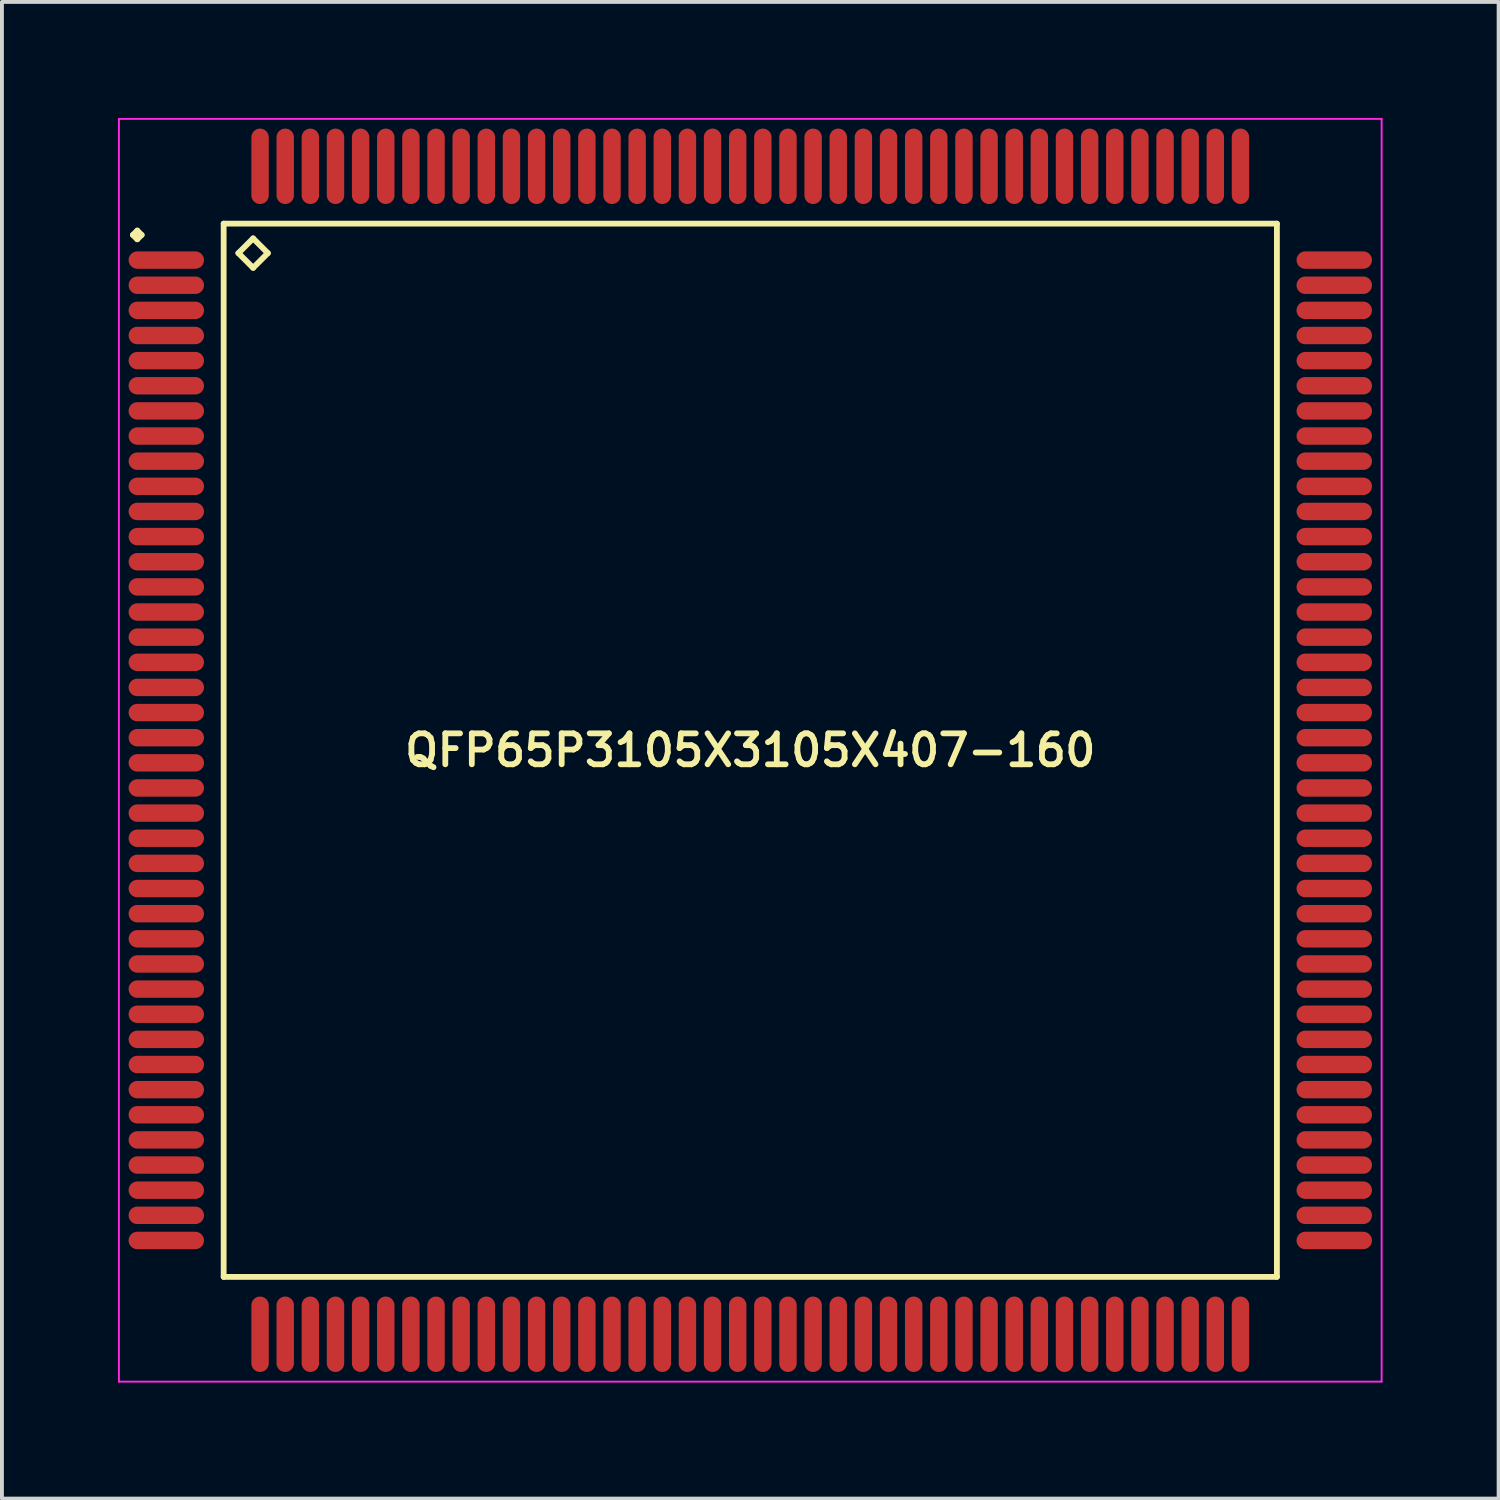
<source format=kicad_pcb>
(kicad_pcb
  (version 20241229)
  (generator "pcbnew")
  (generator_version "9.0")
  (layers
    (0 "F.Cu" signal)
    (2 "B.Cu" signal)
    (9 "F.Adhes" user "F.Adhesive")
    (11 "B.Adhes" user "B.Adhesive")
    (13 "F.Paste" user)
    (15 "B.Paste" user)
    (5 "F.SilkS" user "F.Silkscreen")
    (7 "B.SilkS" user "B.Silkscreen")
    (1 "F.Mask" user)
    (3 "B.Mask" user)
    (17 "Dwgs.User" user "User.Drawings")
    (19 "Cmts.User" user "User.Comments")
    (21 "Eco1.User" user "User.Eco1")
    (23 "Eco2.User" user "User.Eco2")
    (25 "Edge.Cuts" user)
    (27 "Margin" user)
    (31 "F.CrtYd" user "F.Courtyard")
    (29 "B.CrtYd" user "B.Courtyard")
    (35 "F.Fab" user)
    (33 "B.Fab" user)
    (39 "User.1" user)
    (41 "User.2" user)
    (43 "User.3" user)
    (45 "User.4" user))
  (footprint "QFP65P3105X3105X407-160"
    (layer "F.Cu")
    (at 16.35 16.35)
    (property "Reference" "QFP65P3105X3105X407-160" (at 0 0 0) (layer "F.SilkS") (effects (font (size 0.8 0.8) (thickness 0.15))))
    (attr smd)
    (fp_line (start -15.963 -13.325) (end -15.85 -13.438) (stroke (width 0.15) (type solid)) (layer "F.SilkS"))
    (fp_line (start -15.85 -13.438) (end -15.738 -13.325) (stroke (width 0.15) (type solid)) (layer "F.SilkS"))
    (fp_line (start -15.85 -13.213) (end -15.963 -13.325) (stroke (width 0.15) (type solid)) (layer "F.SilkS"))
    (fp_line (start -15.738 -13.325) (end -15.85 -13.213) (stroke (width 0.15) (type solid)) (layer "F.SilkS"))
    (fp_line (start -13.617 -13.617) (end -13.617 13.617) (stroke (width 0.15) (type solid)) (layer "F.SilkS"))
    (fp_line (start -13.617 13.617) (end 13.617 13.617) (stroke (width 0.15) (type solid)) (layer "F.SilkS"))
    (fp_line (start -13.236 -12.855) (end -12.855 -13.236) (stroke (width 0.15) (type solid)) (layer "F.SilkS"))
    (fp_line (start -12.855 -13.236) (end -12.474 -12.855) (stroke (width 0.15) (type solid)) (layer "F.SilkS"))
    (fp_line (start -12.855 -12.474) (end -13.236 -12.855) (stroke (width 0.15) (type solid)) (layer "F.SilkS"))
    (fp_line (start -12.474 -12.855) (end -12.855 -12.474) (stroke (width 0.15) (type solid)) (layer "F.SilkS"))
    (fp_line (start 13.617 -13.617) (end -13.617 -13.617) (stroke (width 0.15) (type solid)) (layer "F.SilkS"))
    (fp_line (start 13.617 13.617) (end 13.617 -13.617) (stroke (width 0.15) (type solid)) (layer "F.SilkS"))
    (fp_line (start -16.325 -16.325) (end 16.325 -16.325) (stroke (width 0.05) (type solid)) (layer "F.CrtYd"))
    (fp_line (start -16.325 16.325) (end -16.325 -16.325) (stroke (width 0.05) (type solid)) (layer "F.CrtYd"))
    (fp_line (start 16.325 -16.325) (end 16.325 16.325) (stroke (width 0.05) (type solid)) (layer "F.CrtYd"))
    (fp_line (start 16.325 16.325) (end -16.325 16.325) (stroke (width 0.05) (type solid)) (layer "F.CrtYd"))
    (pad "1" smd oval (at -15.1 -12.675) (size 1.95 0.45) (layers "F.Cu" "F.Mask" "F.Paste"))
    (pad "2" smd oval (at -15.1 -12.025) (size 1.95 0.45) (layers "F.Cu" "F.Mask" "F.Paste"))
    (pad "3" smd oval (at -15.1 -11.375) (size 1.95 0.45) (layers "F.Cu" "F.Mask" "F.Paste"))
    (pad "4" smd oval (at -15.1 -10.725) (size 1.95 0.45) (layers "F.Cu" "F.Mask" "F.Paste"))
    (pad "5" smd oval (at -15.1 -10.075) (size 1.95 0.45) (layers "F.Cu" "F.Mask" "F.Paste"))
    (pad "6" smd oval (at -15.1 -9.425) (size 1.95 0.45) (layers "F.Cu" "F.Mask" "F.Paste"))
    (pad "7" smd oval (at -15.1 -8.775) (size 1.95 0.45) (layers "F.Cu" "F.Mask" "F.Paste"))
    (pad "8" smd oval (at -15.1 -8.125) (size 1.95 0.45) (layers "F.Cu" "F.Mask" "F.Paste"))
    (pad "9" smd oval (at -15.1 -7.475) (size 1.95 0.45) (layers "F.Cu" "F.Mask" "F.Paste"))
    (pad "10" smd oval (at -15.1 -6.825) (size 1.95 0.45) (layers "F.Cu" "F.Mask" "F.Paste"))
    (pad "11" smd oval (at -15.1 -6.175) (size 1.95 0.45) (layers "F.Cu" "F.Mask" "F.Paste"))
    (pad "12" smd oval (at -15.1 -5.525) (size 1.95 0.45) (layers "F.Cu" "F.Mask" "F.Paste"))
    (pad "13" smd oval (at -15.1 -4.875) (size 1.95 0.45) (layers "F.Cu" "F.Mask" "F.Paste"))
    (pad "14" smd oval (at -15.1 -4.225) (size 1.95 0.45) (layers "F.Cu" "F.Mask" "F.Paste"))
    (pad "15" smd oval (at -15.1 -3.575) (size 1.95 0.45) (layers "F.Cu" "F.Mask" "F.Paste"))
    (pad "16" smd oval (at -15.1 -2.925) (size 1.95 0.45) (layers "F.Cu" "F.Mask" "F.Paste"))
    (pad "17" smd oval (at -15.1 -2.275) (size 1.95 0.45) (layers "F.Cu" "F.Mask" "F.Paste"))
    (pad "18" smd oval (at -15.1 -1.625) (size 1.95 0.45) (layers "F.Cu" "F.Mask" "F.Paste"))
    (pad "19" smd oval (at -15.1 -0.975) (size 1.95 0.45) (layers "F.Cu" "F.Mask" "F.Paste"))
    (pad "20" smd oval (at -15.1 -0.325) (size 1.95 0.45) (layers "F.Cu" "F.Mask" "F.Paste"))
    (pad "21" smd oval (at -15.1 0.325) (size 1.95 0.45) (layers "F.Cu" "F.Mask" "F.Paste"))
    (pad "22" smd oval (at -15.1 0.975) (size 1.95 0.45) (layers "F.Cu" "F.Mask" "F.Paste"))
    (pad "23" smd oval (at -15.1 1.625) (size 1.95 0.45) (layers "F.Cu" "F.Mask" "F.Paste"))
    (pad "24" smd oval (at -15.1 2.275) (size 1.95 0.45) (layers "F.Cu" "F.Mask" "F.Paste"))
    (pad "25" smd oval (at -15.1 2.925) (size 1.95 0.45) (layers "F.Cu" "F.Mask" "F.Paste"))
    (pad "26" smd oval (at -15.1 3.575) (size 1.95 0.45) (layers "F.Cu" "F.Mask" "F.Paste"))
    (pad "27" smd oval (at -15.1 4.225) (size 1.95 0.45) (layers "F.Cu" "F.Mask" "F.Paste"))
    (pad "28" smd oval (at -15.1 4.875) (size 1.95 0.45) (layers "F.Cu" "F.Mask" "F.Paste"))
    (pad "29" smd oval (at -15.1 5.525) (size 1.95 0.45) (layers "F.Cu" "F.Mask" "F.Paste"))
    (pad "30" smd oval (at -15.1 6.175) (size 1.95 0.45) (layers "F.Cu" "F.Mask" "F.Paste"))
    (pad "31" smd oval (at -15.1 6.825) (size 1.95 0.45) (layers "F.Cu" "F.Mask" "F.Paste"))
    (pad "32" smd oval (at -15.1 7.475) (size 1.95 0.45) (layers "F.Cu" "F.Mask" "F.Paste"))
    (pad "33" smd oval (at -15.1 8.125) (size 1.95 0.45) (layers "F.Cu" "F.Mask" "F.Paste"))
    (pad "34" smd oval (at -15.1 8.775) (size 1.95 0.45) (layers "F.Cu" "F.Mask" "F.Paste"))
    (pad "35" smd oval (at -15.1 9.425) (size 1.95 0.45) (layers "F.Cu" "F.Mask" "F.Paste"))
    (pad "36" smd oval (at -15.1 10.075) (size 1.95 0.45) (layers "F.Cu" "F.Mask" "F.Paste"))
    (pad "37" smd oval (at -15.1 10.725) (size 1.95 0.45) (layers "F.Cu" "F.Mask" "F.Paste"))
    (pad "38" smd oval (at -15.1 11.375) (size 1.95 0.45) (layers "F.Cu" "F.Mask" "F.Paste"))
    (pad "39" smd oval (at -15.1 12.025) (size 1.95 0.45) (layers "F.Cu" "F.Mask" "F.Paste"))
    (pad "40" smd oval (at -15.1 12.675) (size 1.95 0.45) (layers "F.Cu" "F.Mask" "F.Paste"))
    (pad "41" smd oval (at -12.675 15.1) (size 0.45 1.95) (layers "F.Cu" "F.Mask" "F.Paste"))
    (pad "42" smd oval (at -12.025 15.1) (size 0.45 1.95) (layers "F.Cu" "F.Mask" "F.Paste"))
    (pad "43" smd oval (at -11.375 15.1) (size 0.45 1.95) (layers "F.Cu" "F.Mask" "F.Paste"))
    (pad "44" smd oval (at -10.725 15.1) (size 0.45 1.95) (layers "F.Cu" "F.Mask" "F.Paste"))
    (pad "45" smd oval (at -10.075 15.1) (size 0.45 1.95) (layers "F.Cu" "F.Mask" "F.Paste"))
    (pad "46" smd oval (at -9.425 15.1) (size 0.45 1.95) (layers "F.Cu" "F.Mask" "F.Paste"))
    (pad "47" smd oval (at -8.775 15.1) (size 0.45 1.95) (layers "F.Cu" "F.Mask" "F.Paste"))
    (pad "48" smd oval (at -8.125 15.1) (size 0.45 1.95) (layers "F.Cu" "F.Mask" "F.Paste"))
    (pad "49" smd oval (at -7.475 15.1) (size 0.45 1.95) (layers "F.Cu" "F.Mask" "F.Paste"))
    (pad "50" smd oval (at -6.825 15.1) (size 0.45 1.95) (layers "F.Cu" "F.Mask" "F.Paste"))
    (pad "51" smd oval (at -6.175 15.1) (size 0.45 1.95) (layers "F.Cu" "F.Mask" "F.Paste"))
    (pad "52" smd oval (at -5.525 15.1) (size 0.45 1.95) (layers "F.Cu" "F.Mask" "F.Paste"))
    (pad "53" smd oval (at -4.875 15.1) (size 0.45 1.95) (layers "F.Cu" "F.Mask" "F.Paste"))
    (pad "54" smd oval (at -4.225 15.1) (size 0.45 1.95) (layers "F.Cu" "F.Mask" "F.Paste"))
    (pad "55" smd oval (at -3.575 15.1) (size 0.45 1.95) (layers "F.Cu" "F.Mask" "F.Paste"))
    (pad "56" smd oval (at -2.925 15.1) (size 0.45 1.95) (layers "F.Cu" "F.Mask" "F.Paste"))
    (pad "57" smd oval (at -2.275 15.1) (size 0.45 1.95) (layers "F.Cu" "F.Mask" "F.Paste"))
    (pad "58" smd oval (at -1.625 15.1) (size 0.45 1.95) (layers "F.Cu" "F.Mask" "F.Paste"))
    (pad "59" smd oval (at -0.975 15.1) (size 0.45 1.95) (layers "F.Cu" "F.Mask" "F.Paste"))
    (pad "60" smd oval (at -0.325 15.1) (size 0.45 1.95) (layers "F.Cu" "F.Mask" "F.Paste"))
    (pad "61" smd oval (at 0.325 15.1) (size 0.45 1.95) (layers "F.Cu" "F.Mask" "F.Paste"))
    (pad "62" smd oval (at 0.975 15.1) (size 0.45 1.95) (layers "F.Cu" "F.Mask" "F.Paste"))
    (pad "63" smd oval (at 1.625 15.1) (size 0.45 1.95) (layers "F.Cu" "F.Mask" "F.Paste"))
    (pad "64" smd oval (at 2.275 15.1) (size 0.45 1.95) (layers "F.Cu" "F.Mask" "F.Paste"))
    (pad "65" smd oval (at 2.925 15.1) (size 0.45 1.95) (layers "F.Cu" "F.Mask" "F.Paste"))
    (pad "66" smd oval (at 3.575 15.1) (size 0.45 1.95) (layers "F.Cu" "F.Mask" "F.Paste"))
    (pad "67" smd oval (at 4.225 15.1) (size 0.45 1.95) (layers "F.Cu" "F.Mask" "F.Paste"))
    (pad "68" smd oval (at 4.875 15.1) (size 0.45 1.95) (layers "F.Cu" "F.Mask" "F.Paste"))
    (pad "69" smd oval (at 5.525 15.1) (size 0.45 1.95) (layers "F.Cu" "F.Mask" "F.Paste"))
    (pad "70" smd oval (at 6.175 15.1) (size 0.45 1.95) (layers "F.Cu" "F.Mask" "F.Paste"))
    (pad "71" smd oval (at 6.825 15.1) (size 0.45 1.95) (layers "F.Cu" "F.Mask" "F.Paste"))
    (pad "72" smd oval (at 7.475 15.1) (size 0.45 1.95) (layers "F.Cu" "F.Mask" "F.Paste"))
    (pad "73" smd oval (at 8.125 15.1) (size 0.45 1.95) (layers "F.Cu" "F.Mask" "F.Paste"))
    (pad "74" smd oval (at 8.775 15.1) (size 0.45 1.95) (layers "F.Cu" "F.Mask" "F.Paste"))
    (pad "75" smd oval (at 9.425 15.1) (size 0.45 1.95) (layers "F.Cu" "F.Mask" "F.Paste"))
    (pad "76" smd oval (at 10.075 15.1) (size 0.45 1.95) (layers "F.Cu" "F.Mask" "F.Paste"))
    (pad "77" smd oval (at 10.725 15.1) (size 0.45 1.95) (layers "F.Cu" "F.Mask" "F.Paste"))
    (pad "78" smd oval (at 11.375 15.1) (size 0.45 1.95) (layers "F.Cu" "F.Mask" "F.Paste"))
    (pad "79" smd oval (at 12.025 15.1) (size 0.45 1.95) (layers "F.Cu" "F.Mask" "F.Paste"))
    (pad "80" smd oval (at 12.675 15.1) (size 0.45 1.95) (layers "F.Cu" "F.Mask" "F.Paste"))
    (pad "81" smd oval (at 15.1 12.675) (size 1.95 0.45) (layers "F.Cu" "F.Mask" "F.Paste"))
    (pad "82" smd oval (at 15.1 12.025) (size 1.95 0.45) (layers "F.Cu" "F.Mask" "F.Paste"))
    (pad "83" smd oval (at 15.1 11.375) (size 1.95 0.45) (layers "F.Cu" "F.Mask" "F.Paste"))
    (pad "84" smd oval (at 15.1 10.725) (size 1.95 0.45) (layers "F.Cu" "F.Mask" "F.Paste"))
    (pad "85" smd oval (at 15.1 10.075) (size 1.95 0.45) (layers "F.Cu" "F.Mask" "F.Paste"))
    (pad "86" smd oval (at 15.1 9.425) (size 1.95 0.45) (layers "F.Cu" "F.Mask" "F.Paste"))
    (pad "87" smd oval (at 15.1 8.775) (size 1.95 0.45) (layers "F.Cu" "F.Mask" "F.Paste"))
    (pad "88" smd oval (at 15.1 8.125) (size 1.95 0.45) (layers "F.Cu" "F.Mask" "F.Paste"))
    (pad "89" smd oval (at 15.1 7.475) (size 1.95 0.45) (layers "F.Cu" "F.Mask" "F.Paste"))
    (pad "90" smd oval (at 15.1 6.825) (size 1.95 0.45) (layers "F.Cu" "F.Mask" "F.Paste"))
    (pad "91" smd oval (at 15.1 6.175) (size 1.95 0.45) (layers "F.Cu" "F.Mask" "F.Paste"))
    (pad "92" smd oval (at 15.1 5.525) (size 1.95 0.45) (layers "F.Cu" "F.Mask" "F.Paste"))
    (pad "93" smd oval (at 15.1 4.875) (size 1.95 0.45) (layers "F.Cu" "F.Mask" "F.Paste"))
    (pad "94" smd oval (at 15.1 4.225) (size 1.95 0.45) (layers "F.Cu" "F.Mask" "F.Paste"))
    (pad "95" smd oval (at 15.1 3.575) (size 1.95 0.45) (layers "F.Cu" "F.Mask" "F.Paste"))
    (pad "96" smd oval (at 15.1 2.925) (size 1.95 0.45) (layers "F.Cu" "F.Mask" "F.Paste"))
    (pad "97" smd oval (at 15.1 2.275) (size 1.95 0.45) (layers "F.Cu" "F.Mask" "F.Paste"))
    (pad "98" smd oval (at 15.1 1.625) (size 1.95 0.45) (layers "F.Cu" "F.Mask" "F.Paste"))
    (pad "99" smd oval (at 15.1 0.975) (size 1.95 0.45) (layers "F.Cu" "F.Mask" "F.Paste"))
    (pad "100" smd oval (at 15.1 0.325) (size 1.95 0.45) (layers "F.Cu" "F.Mask" "F.Paste"))
    (pad "101" smd oval (at 15.1 -0.325) (size 1.95 0.45) (layers "F.Cu" "F.Mask" "F.Paste"))
    (pad "102" smd oval (at 15.1 -0.975) (size 1.95 0.45) (layers "F.Cu" "F.Mask" "F.Paste"))
    (pad "103" smd oval (at 15.1 -1.625) (size 1.95 0.45) (layers "F.Cu" "F.Mask" "F.Paste"))
    (pad "104" smd oval (at 15.1 -2.275) (size 1.95 0.45) (layers "F.Cu" "F.Mask" "F.Paste"))
    (pad "105" smd oval (at 15.1 -2.925) (size 1.95 0.45) (layers "F.Cu" "F.Mask" "F.Paste"))
    (pad "106" smd oval (at 15.1 -3.575) (size 1.95 0.45) (layers "F.Cu" "F.Mask" "F.Paste"))
    (pad "107" smd oval (at 15.1 -4.225) (size 1.95 0.45) (layers "F.Cu" "F.Mask" "F.Paste"))
    (pad "108" smd oval (at 15.1 -4.875) (size 1.95 0.45) (layers "F.Cu" "F.Mask" "F.Paste"))
    (pad "109" smd oval (at 15.1 -5.525) (size 1.95 0.45) (layers "F.Cu" "F.Mask" "F.Paste"))
    (pad "110" smd oval (at 15.1 -6.175) (size 1.95 0.45) (layers "F.Cu" "F.Mask" "F.Paste"))
    (pad "111" smd oval (at 15.1 -6.825) (size 1.95 0.45) (layers "F.Cu" "F.Mask" "F.Paste"))
    (pad "112" smd oval (at 15.1 -7.475) (size 1.95 0.45) (layers "F.Cu" "F.Mask" "F.Paste"))
    (pad "113" smd oval (at 15.1 -8.125) (size 1.95 0.45) (layers "F.Cu" "F.Mask" "F.Paste"))
    (pad "114" smd oval (at 15.1 -8.775) (size 1.95 0.45) (layers "F.Cu" "F.Mask" "F.Paste"))
    (pad "115" smd oval (at 15.1 -9.425) (size 1.95 0.45) (layers "F.Cu" "F.Mask" "F.Paste"))
    (pad "116" smd oval (at 15.1 -10.075) (size 1.95 0.45) (layers "F.Cu" "F.Mask" "F.Paste"))
    (pad "117" smd oval (at 15.1 -10.725) (size 1.95 0.45) (layers "F.Cu" "F.Mask" "F.Paste"))
    (pad "118" smd oval (at 15.1 -11.375) (size 1.95 0.45) (layers "F.Cu" "F.Mask" "F.Paste"))
    (pad "119" smd oval (at 15.1 -12.025) (size 1.95 0.45) (layers "F.Cu" "F.Mask" "F.Paste"))
    (pad "120" smd oval (at 15.1 -12.675) (size 1.95 0.45) (layers "F.Cu" "F.Mask" "F.Paste"))
    (pad "121" smd oval (at 12.675 -15.1) (size 0.45 1.95) (layers "F.Cu" "F.Mask" "F.Paste"))
    (pad "122" smd oval (at 12.025 -15.1) (size 0.45 1.95) (layers "F.Cu" "F.Mask" "F.Paste"))
    (pad "123" smd oval (at 11.375 -15.1) (size 0.45 1.95) (layers "F.Cu" "F.Mask" "F.Paste"))
    (pad "124" smd oval (at 10.725 -15.1) (size 0.45 1.95) (layers "F.Cu" "F.Mask" "F.Paste"))
    (pad "125" smd oval (at 10.075 -15.1) (size 0.45 1.95) (layers "F.Cu" "F.Mask" "F.Paste"))
    (pad "126" smd oval (at 9.425 -15.1) (size 0.45 1.95) (layers "F.Cu" "F.Mask" "F.Paste"))
    (pad "127" smd oval (at 8.775 -15.1) (size 0.45 1.95) (layers "F.Cu" "F.Mask" "F.Paste"))
    (pad "128" smd oval (at 8.125 -15.1) (size 0.45 1.95) (layers "F.Cu" "F.Mask" "F.Paste"))
    (pad "129" smd oval (at 7.475 -15.1) (size 0.45 1.95) (layers "F.Cu" "F.Mask" "F.Paste"))
    (pad "130" smd oval (at 6.825 -15.1) (size 0.45 1.95) (layers "F.Cu" "F.Mask" "F.Paste"))
    (pad "131" smd oval (at 6.175 -15.1) (size 0.45 1.95) (layers "F.Cu" "F.Mask" "F.Paste"))
    (pad "132" smd oval (at 5.525 -15.1) (size 0.45 1.95) (layers "F.Cu" "F.Mask" "F.Paste"))
    (pad "133" smd oval (at 4.875 -15.1) (size 0.45 1.95) (layers "F.Cu" "F.Mask" "F.Paste"))
    (pad "134" smd oval (at 4.225 -15.1) (size 0.45 1.95) (layers "F.Cu" "F.Mask" "F.Paste"))
    (pad "135" smd oval (at 3.575 -15.1) (size 0.45 1.95) (layers "F.Cu" "F.Mask" "F.Paste"))
    (pad "136" smd oval (at 2.925 -15.1) (size 0.45 1.95) (layers "F.Cu" "F.Mask" "F.Paste"))
    (pad "137" smd oval (at 2.275 -15.1) (size 0.45 1.95) (layers "F.Cu" "F.Mask" "F.Paste"))
    (pad "138" smd oval (at 1.625 -15.1) (size 0.45 1.95) (layers "F.Cu" "F.Mask" "F.Paste"))
    (pad "139" smd oval (at 0.975 -15.1) (size 0.45 1.95) (layers "F.Cu" "F.Mask" "F.Paste"))
    (pad "140" smd oval (at 0.325 -15.1) (size 0.45 1.95) (layers "F.Cu" "F.Mask" "F.Paste"))
    (pad "141" smd oval (at -0.325 -15.1) (size 0.45 1.95) (layers "F.Cu" "F.Mask" "F.Paste"))
    (pad "142" smd oval (at -0.975 -15.1) (size 0.45 1.95) (layers "F.Cu" "F.Mask" "F.Paste"))
    (pad "143" smd oval (at -1.625 -15.1) (size 0.45 1.95) (layers "F.Cu" "F.Mask" "F.Paste"))
    (pad "144" smd oval (at -2.275 -15.1) (size 0.45 1.95) (layers "F.Cu" "F.Mask" "F.Paste"))
    (pad "145" smd oval (at -2.925 -15.1) (size 0.45 1.95) (layers "F.Cu" "F.Mask" "F.Paste"))
    (pad "146" smd oval (at -3.575 -15.1) (size 0.45 1.95) (layers "F.Cu" "F.Mask" "F.Paste"))
    (pad "147" smd oval (at -4.225 -15.1) (size 0.45 1.95) (layers "F.Cu" "F.Mask" "F.Paste"))
    (pad "148" smd oval (at -4.875 -15.1) (size 0.45 1.95) (layers "F.Cu" "F.Mask" "F.Paste"))
    (pad "149" smd oval (at -5.525 -15.1) (size 0.45 1.95) (layers "F.Cu" "F.Mask" "F.Paste"))
    (pad "150" smd oval (at -6.175 -15.1) (size 0.45 1.95) (layers "F.Cu" "F.Mask" "F.Paste"))
    (pad "151" smd oval (at -6.825 -15.1) (size 0.45 1.95) (layers "F.Cu" "F.Mask" "F.Paste"))
    (pad "152" smd oval (at -7.475 -15.1) (size 0.45 1.95) (layers "F.Cu" "F.Mask" "F.Paste"))
    (pad "153" smd oval (at -8.125 -15.1) (size 0.45 1.95) (layers "F.Cu" "F.Mask" "F.Paste"))
    (pad "154" smd oval (at -8.775 -15.1) (size 0.45 1.95) (layers "F.Cu" "F.Mask" "F.Paste"))
    (pad "155" smd oval (at -9.425 -15.1) (size 0.45 1.95) (layers "F.Cu" "F.Mask" "F.Paste"))
    (pad "156" smd oval (at -10.075 -15.1) (size 0.45 1.95) (layers "F.Cu" "F.Mask" "F.Paste"))
    (pad "157" smd oval (at -10.725 -15.1) (size 0.45 1.95) (layers "F.Cu" "F.Mask" "F.Paste"))
    (pad "158" smd oval (at -11.375 -15.1) (size 0.45 1.95) (layers "F.Cu" "F.Mask" "F.Paste"))
    (pad "159" smd oval (at -12.025 -15.1) (size 0.45 1.95) (layers "F.Cu" "F.Mask" "F.Paste"))
    (pad "160" smd oval (at -12.675 -15.1) (size 0.45 1.95) (layers "F.Cu" "F.Mask" "F.Paste")))
  (gr_rect
    (start -3 -3)
    (end 35.7 35.7)
    (stroke (width 0.1) (type default))
    (fill no)
    (layer "Edge.Cuts")))
</source>
